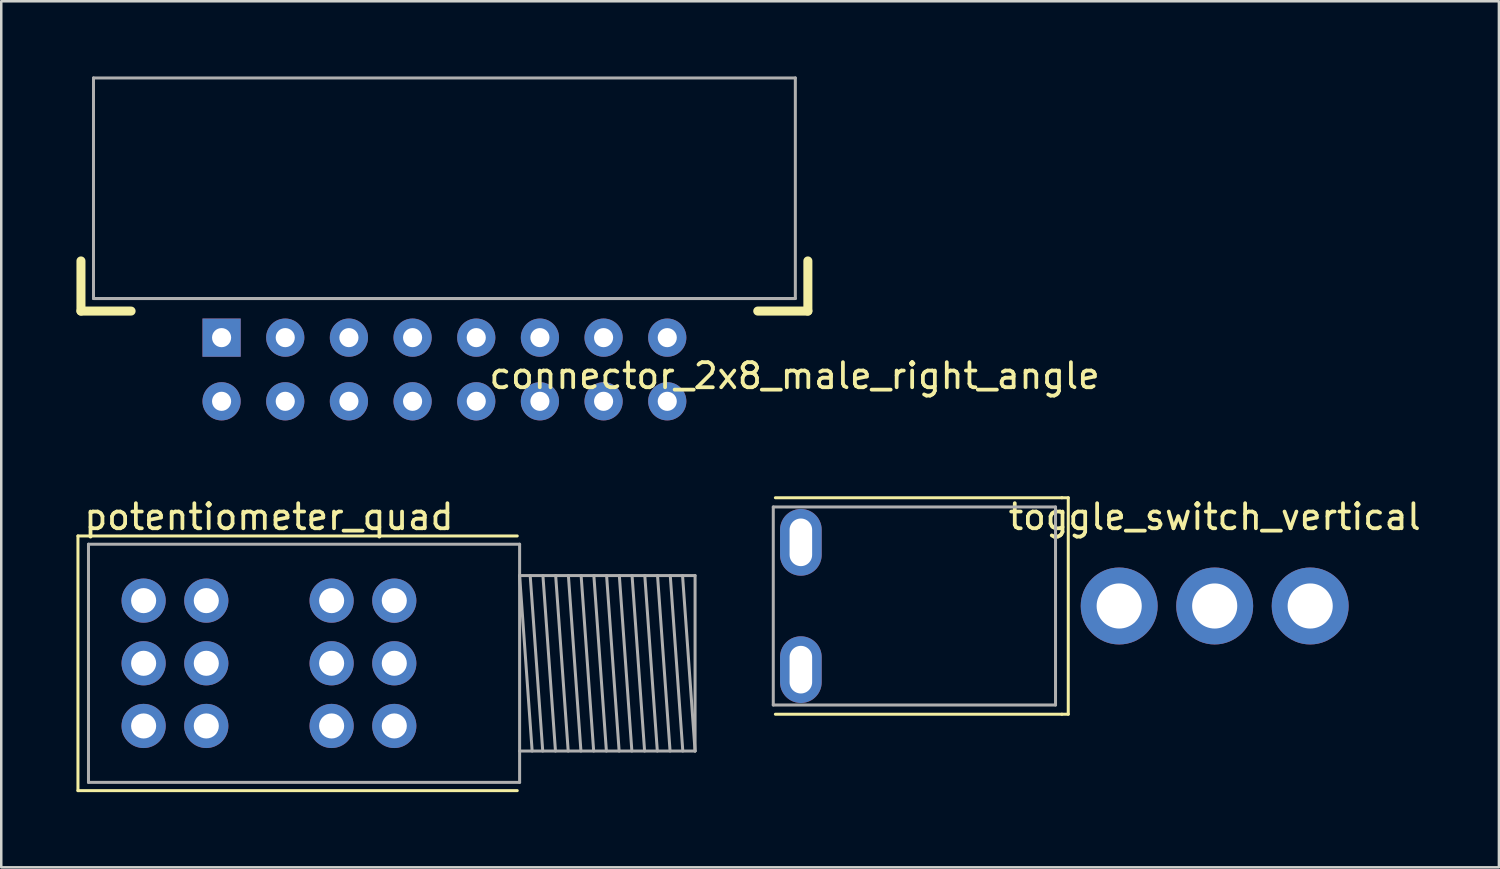
<source format=kicad_pcb>
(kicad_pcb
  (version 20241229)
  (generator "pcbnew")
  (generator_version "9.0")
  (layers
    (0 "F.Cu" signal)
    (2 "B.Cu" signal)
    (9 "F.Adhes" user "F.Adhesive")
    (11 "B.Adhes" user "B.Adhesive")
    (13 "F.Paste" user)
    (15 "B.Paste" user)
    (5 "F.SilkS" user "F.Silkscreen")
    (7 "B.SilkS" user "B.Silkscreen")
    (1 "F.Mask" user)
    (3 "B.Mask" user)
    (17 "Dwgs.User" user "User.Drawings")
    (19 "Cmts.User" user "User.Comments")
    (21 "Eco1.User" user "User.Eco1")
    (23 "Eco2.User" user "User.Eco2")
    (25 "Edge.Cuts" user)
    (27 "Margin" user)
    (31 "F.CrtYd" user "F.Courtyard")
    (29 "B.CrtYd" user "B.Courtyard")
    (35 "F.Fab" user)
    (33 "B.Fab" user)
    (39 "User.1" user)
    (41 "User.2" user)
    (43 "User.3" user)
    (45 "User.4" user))
  (footprint "toggle_switch_vertical"
    (layer "F.Cu")
    (at 41.6 21.126)
    (property "Reference" "toggle_switch_vertical" (at 3.81 -3.556 0) (layer "F.SilkS") (effects (font (size 1 1) (thickness 0.15))))
    (attr through_hole)
    (fp_line (start -13.716 -4.318) (end -2.286 -4.318) (stroke (width 0.12) (type solid)) (layer "F.SilkS"))
    (fp_line (start -2.286 -4.318) (end -2.032 -4.318) (stroke (width 0.12) (type solid)) (layer "F.SilkS"))
    (fp_line (start -2.286 4.318) (end -13.716 4.318) (stroke (width 0.12) (type solid)) (layer "F.SilkS"))
    (fp_line (start -2.032 -4.318) (end -2.032 4.318) (stroke (width 0.12) (type solid)) (layer "F.SilkS"))
    (fp_line (start -2.032 4.318) (end -2.286 4.318) (stroke (width 0.12) (type solid)) (layer "F.SilkS"))
    (fp_line (start -13.8 -3.95) (end -13.8 3.95) (stroke (width 0.12) (type solid)) (layer "F.Fab"))
    (fp_line (start -13.8 -3.95) (end -2.54 -3.95) (stroke (width 0.12) (type solid)) (layer "F.Fab"))
    (fp_line (start -13.8 3.95) (end -2.54 3.95) (stroke (width 0.12) (type solid)) (layer "F.Fab"))
    (fp_line (start -2.54 -3.95) (end -2.54 3.95) (stroke (width 0.12) (type solid)) (layer "F.Fab"))
    (pad "1" thru_hole circle (at 0 0 270) (size 3.07 3.07) (drill 1.8) (layers "*.Cu" "*.Mask"))
    (pad "2" thru_hole circle (at 3.81 0 270) (size 3.07 3.07) (drill 1.8) (layers "*.Cu" "*.Mask"))
    (pad "3" thru_hole circle (at 7.62 0 270) (size 3.07 3.07) (drill 1.8) (layers "*.Cu" "*.Mask"))
    (pad "4" thru_hole oval (at -12.7 -2.54 270) (size 2.662 1.662) (drill oval 1.9 0.9) (layers "*.Cu" "*.Mask"))
    (pad "4" thru_hole oval (at -12.7 2.54 270) (size 2.662 1.662) (drill oval 1.9 0.9) (layers "*.Cu" "*.Mask")))
  (footprint "connector_2x8_male_right_angle"
    (layer "F.Cu")
    (at 14.68 10.42)
    (property "Reference" "connector_2x8_male_right_angle" (at 13.97 1.524 0) (layer "F.SilkS") (effects (font (size 1 1) (thickness 0.15))))
    (attr through_hole)
    (fp_line (start -14.5 -3.06) (end -14.5 -1.06) (stroke (width 0.36) (type solid)) (layer "F.SilkS"))
    (fp_line (start -14.5 -1.06) (end -12.5 -1.06) (stroke (width 0.36) (type solid)) (layer "F.SilkS"))
    (fp_line (start 12.5 -1.06) (end 14.5 -1.06) (stroke (width 0.36) (type solid)) (layer "F.SilkS"))
    (fp_line (start 14.5 -3.06) (end 14.5 -1.06) (stroke (width 0.36) (type solid)) (layer "F.SilkS"))
    (fp_line (start -14 -10.36) (end -14 -1.56) (stroke (width 0.12) (type solid)) (layer "F.Fab"))
    (fp_line (start -14 -10.36) (end 14 -10.36) (stroke (width 0.12) (type solid)) (layer "F.Fab"))
    (fp_line (start -14 -1.56) (end 14 -1.56) (stroke (width 0.12) (type solid)) (layer "F.Fab"))
    (fp_line (start 14 -10.36) (end 14 -1.56) (stroke (width 0.12) (type solid)) (layer "F.Fab"))
    (pad "1" thru_hole rect (at -8.89 0 270) (size 1.524 1.524) (drill 0.762) (layers "*.Cu" "*.Mask"))
    (pad "2" thru_hole circle (at -8.89 2.54 270) (size 1.524 1.524) (drill 0.762) (layers "*.Cu" "*.Mask"))
    (pad "3" thru_hole circle (at -6.35 0 270) (size 1.524 1.524) (drill 0.762) (layers "*.Cu" "*.Mask"))
    (pad "4" thru_hole circle (at -6.35 2.54 270) (size 1.524 1.524) (drill 0.762) (layers "*.Cu" "*.Mask"))
    (pad "5" thru_hole circle (at -3.81 0 270) (size 1.524 1.524) (drill 0.762) (layers "*.Cu" "*.Mask"))
    (pad "6" thru_hole circle (at -3.81 2.54 270) (size 1.524 1.524) (drill 0.762) (layers "*.Cu" "*.Mask"))
    (pad "7" thru_hole circle (at -1.27 0 270) (size 1.524 1.524) (drill 0.762) (layers "*.Cu" "*.Mask"))
    (pad "8" thru_hole circle (at -1.27 2.54 270) (size 1.524 1.524) (drill 0.762) (layers "*.Cu" "*.Mask"))
    (pad "9" thru_hole circle (at 1.27 0 180) (size 1.524 1.524) (drill 0.762) (layers "*.Cu" "*.Mask"))
    (pad "10" thru_hole circle (at 1.27 2.54 180) (size 1.524 1.524) (drill 0.762) (layers "*.Cu" "*.Mask"))
    (pad "11" thru_hole circle (at 3.81 0 180) (size 1.524 1.524) (drill 0.762) (layers "*.Cu" "*.Mask"))
    (pad "12" thru_hole circle (at 3.81 2.54 180) (size 1.524 1.524) (drill 0.762) (layers "*.Cu" "*.Mask"))
    (pad "13" thru_hole circle (at 6.35 0 180) (size 1.524 1.524) (drill 0.762) (layers "*.Cu" "*.Mask"))
    (pad "14" thru_hole circle (at 6.35 2.54 180) (size 1.524 1.524) (drill 0.762) (layers "*.Cu" "*.Mask"))
    (pad "15" thru_hole circle (at 8.89 0 180) (size 1.524 1.524) (drill 0.762) (layers "*.Cu" "*.Mask"))
    (pad "16" thru_hole circle (at 8.89 2.54 180) (size 1.524 1.524) (drill 0.762) (layers "*.Cu" "*.Mask")))
  (footprint "potentiometer_quad"
    (layer "F.Cu")
    (at 7.68 23.412)
    (property "Reference" "potentiometer_quad" (at 0 -5.842 0) (layer "F.SilkS") (effects (font (size 1 1) (thickness 0.15))))
    (attr through_hole)
    (fp_line (start -7.62 -5.08) (end -7.62 5.08) (stroke (width 0.12) (type solid)) (layer "F.SilkS"))
    (fp_line (start -7.62 5.08) (end 9.906 5.08) (stroke (width 0.12) (type solid)) (layer "F.SilkS"))
    (fp_line (start 9.906 -5.08) (end -7.62 -5.08) (stroke (width 0.12) (type solid)) (layer "F.SilkS"))
    (fp_line (start -7.2 -4.75) (end -7.2 4.75) (stroke (width 0.12) (type solid)) (layer "F.Fab"))
    (fp_line (start 10 -4.75) (end -7.2 -4.75) (stroke (width 0.12) (type solid)) (layer "F.Fab"))
    (fp_line (start 10 -4.75) (end 10 4.75) (stroke (width 0.12) (type solid)) (layer "F.Fab"))
    (fp_line (start 10 -3.5) (end 10.5 3.5) (stroke (width 0.12) (type solid)) (layer "F.Fab"))
    (fp_line (start 10 4.75) (end -7.2 4.75) (stroke (width 0.12) (type solid)) (layer "F.Fab"))
    (fp_line (start 10.422 -3.5) (end 10.922 3.5) (stroke (width 0.12) (type solid)) (layer "F.Fab"))
    (fp_line (start 10.93 -3.5) (end 11.43 3.5) (stroke (width 0.12) (type solid)) (layer "F.Fab"))
    (fp_line (start 11.438 -3.5) (end 11.938 3.5) (stroke (width 0.12) (type solid)) (layer "F.Fab"))
    (fp_line (start 11.946 -3.5) (end 12.446 3.5) (stroke (width 0.12) (type solid)) (layer "F.Fab"))
    (fp_line (start 12.454 -3.5) (end 12.954 3.5) (stroke (width 0.12) (type solid)) (layer "F.Fab"))
    (fp_line (start 12.962 -3.5) (end 13.462 3.5) (stroke (width 0.12) (type solid)) (layer "F.Fab"))
    (fp_line (start 13.47 -3.5) (end 13.97 3.5) (stroke (width 0.12) (type solid)) (layer "F.Fab"))
    (fp_line (start 13.978 -3.5) (end 14.478 3.5) (stroke (width 0.12) (type solid)) (layer "F.Fab"))
    (fp_line (start 14.486 -3.5) (end 14.986 3.5) (stroke (width 0.12) (type solid)) (layer "F.Fab"))
    (fp_line (start 14.994 -3.5) (end 15.494 3.5) (stroke (width 0.12) (type solid)) (layer "F.Fab"))
    (fp_line (start 15.502 -3.5) (end 16.002 3.5) (stroke (width 0.12) (type solid)) (layer "F.Fab"))
    (fp_line (start 16.01 -3.5) (end 16.51 3.5) (stroke (width 0.12) (type solid)) (layer "F.Fab"))
    (fp_line (start 16.5 -3.5) (end 17 3.5) (stroke (width 0.12) (type solid)) (layer "F.Fab"))
    (fp_line (start 17 -3.5) (end 10 -3.5) (stroke (width 0.12) (type solid)) (layer "F.Fab"))
    (fp_line (start 17 -3.5) (end 17 3.5) (stroke (width 0.12) (type solid)) (layer "F.Fab"))
    (fp_line (start 17 3.5) (end 10 3.5) (stroke (width 0.12) (type solid)) (layer "F.Fab"))
    (pad "1" thru_hole circle (at 5 2.5 270) (size 1.762 1.762) (drill 1) (layers "*.Cu" "*.Mask"))
    (pad "2" thru_hole circle (at 5 0 270) (size 1.762 1.762) (drill 1) (layers "*.Cu" "*.Mask"))
    (pad "3" thru_hole circle (at 5 -2.5 270) (size 1.762 1.762) (drill 1) (layers "*.Cu" "*.Mask"))
    (pad "4" thru_hole circle (at 2.5 2.5 270) (size 1.762 1.762) (drill 1) (layers "*.Cu" "*.Mask"))
    (pad "5" thru_hole circle (at 2.5 0 270) (size 1.762 1.762) (drill 1) (layers "*.Cu" "*.Mask"))
    (pad "6" thru_hole circle (at 2.5 -2.5 270) (size 1.762 1.762) (drill 1) (layers "*.Cu" "*.Mask"))
    (pad "7" thru_hole circle (at -2.5 2.5 270) (size 1.762 1.762) (drill 1) (layers "*.Cu" "*.Mask"))
    (pad "8" thru_hole circle (at -2.5 0 270) (size 1.762 1.762) (drill 1) (layers "*.Cu" "*.Mask"))
    (pad "9" thru_hole circle (at -2.5 -2.5 270) (size 1.762 1.762) (drill 1) (layers "*.Cu" "*.Mask"))
    (pad "10" thru_hole circle (at -5 2.5 270) (size 1.762 1.762) (drill 1) (layers "*.Cu" "*.Mask"))
    (pad "11" thru_hole circle (at -5 0 270) (size 1.762 1.762) (drill 1) (layers "*.Cu" "*.Mask"))
    (pad "12" thru_hole circle (at -5 -2.5 270) (size 1.762 1.762) (drill 1) (layers "*.Cu" "*.Mask")))
  (gr_rect
    (start -3 -3)
    (end 56.749 31.552)
    (stroke (width 0.1) (type default))
    (fill no)
    (layer "Edge.Cuts")))
</source>
